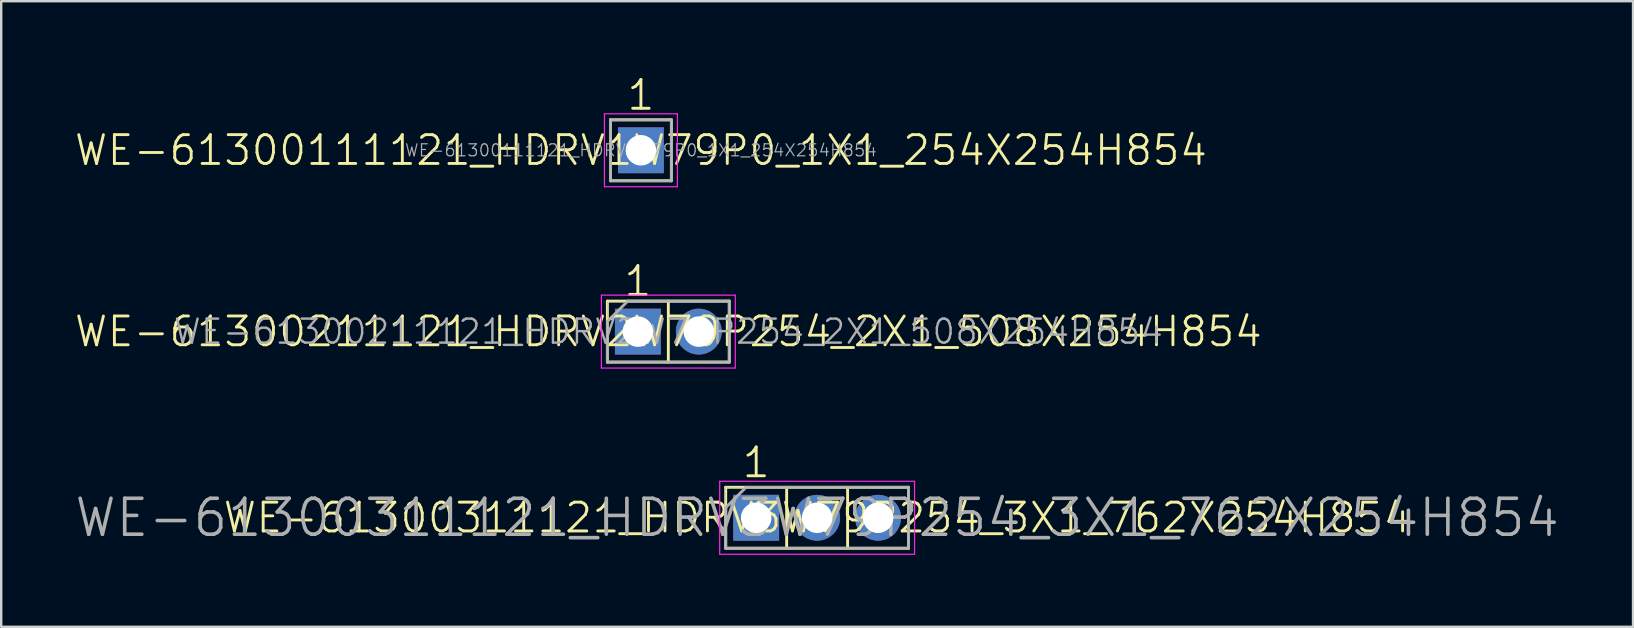
<source format=kicad_pcb>
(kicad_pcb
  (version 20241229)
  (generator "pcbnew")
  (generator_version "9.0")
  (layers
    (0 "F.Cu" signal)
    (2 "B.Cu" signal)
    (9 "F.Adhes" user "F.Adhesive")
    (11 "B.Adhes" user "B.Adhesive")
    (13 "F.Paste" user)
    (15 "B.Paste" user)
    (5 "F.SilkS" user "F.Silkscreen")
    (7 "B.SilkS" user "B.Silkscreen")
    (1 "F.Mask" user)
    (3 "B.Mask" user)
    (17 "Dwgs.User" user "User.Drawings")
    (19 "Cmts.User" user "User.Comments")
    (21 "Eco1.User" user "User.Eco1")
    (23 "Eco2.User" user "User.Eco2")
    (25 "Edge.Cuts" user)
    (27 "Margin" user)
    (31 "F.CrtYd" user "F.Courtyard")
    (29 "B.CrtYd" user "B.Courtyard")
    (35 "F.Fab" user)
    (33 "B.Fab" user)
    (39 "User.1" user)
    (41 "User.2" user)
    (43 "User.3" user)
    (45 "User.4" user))
  (footprint "WE-61300311121_HDRV3W79P254_3X1_762X254H854"
    (layer "F.Cu")
    (at 28.464 18.528)
    (property "Reference" "WE-61300311121_HDRV3W79P254_3X1_762X254H854" (at 2.54 0 0) (layer "F.SilkS") (effects (font (size 1.2 1.2) (thickness 0.12))))
    (attr through_hole)
    (fp_line (start -1.27 -1.27) (end 6.35 -1.27) (stroke (width 0.12) (type solid)) (layer "F.SilkS"))
    (fp_line (start -1.27 1.27) (end -1.27 -1.27) (stroke (width 0.12) (type solid)) (layer "F.SilkS"))
    (fp_line (start 1.27 1.27) (end 1.27 -1.27) (stroke (width 0.12) (type solid)) (layer "F.SilkS"))
    (fp_line (start 3.81 1.27) (end 3.81 -1.27) (stroke (width 0.12) (type solid)) (layer "F.SilkS"))
    (fp_line (start 6.35 -1.27) (end 6.35 1.27) (stroke (width 0.12) (type solid)) (layer "F.SilkS"))
    (fp_line (start 6.35 1.27) (end -1.27 1.27) (stroke (width 0.12) (type solid)) (layer "F.SilkS"))
    (fp_line (start -1.27 -1.27) (end 6.35 -1.27) (stroke (width 0.025) (type solid)) (layer "Dwgs.User"))
    (fp_line (start -1.27 1.27) (end -1.27 -1.27) (stroke (width 0.025) (type solid)) (layer "Dwgs.User"))
    (fp_line (start -0.395 -0.395) (end 0.395 -0.395) (stroke (width 0.025) (type solid)) (layer "Dwgs.User"))
    (fp_line (start -0.395 0.395) (end -0.395 -0.395) (stroke (width 0.025) (type solid)) (layer "Dwgs.User"))
    (fp_line (start 0.395 -0.395) (end 0.395 0.395) (stroke (width 0.025) (type solid)) (layer "Dwgs.User"))
    (fp_line (start 0.395 0.395) (end -0.395 0.395) (stroke (width 0.025) (type solid)) (layer "Dwgs.User"))
    (fp_line (start 2.145 -0.395) (end 2.935 -0.395) (stroke (width 0.025) (type solid)) (layer "Dwgs.User"))
    (fp_line (start 2.145 0.395) (end 2.145 -0.395) (stroke (width 0.025) (type solid)) (layer "Dwgs.User"))
    (fp_line (start 2.935 -0.395) (end 2.935 0.395) (stroke (width 0.025) (type solid)) (layer "Dwgs.User"))
    (fp_line (start 2.935 0.395) (end 2.145 0.395) (stroke (width 0.025) (type solid)) (layer "Dwgs.User"))
    (fp_line (start 4.685 -0.395) (end 5.475 -0.395) (stroke (width 0.025) (type solid)) (layer "Dwgs.User"))
    (fp_line (start 4.685 0.395) (end 4.685 -0.395) (stroke (width 0.025) (type solid)) (layer "Dwgs.User"))
    (fp_line (start 5.475 -0.395) (end 5.475 0.395) (stroke (width 0.025) (type solid)) (layer "Dwgs.User"))
    (fp_line (start 5.475 0.395) (end 4.685 0.395) (stroke (width 0.025) (type solid)) (layer "Dwgs.User"))
    (fp_line (start 6.35 -1.27) (end 6.35 1.27) (stroke (width 0.025) (type solid)) (layer "Dwgs.User"))
    (fp_line (start 6.35 1.27) (end -1.27 1.27) (stroke (width 0.025) (type solid)) (layer "Dwgs.User"))
    (fp_line (start -1.52 -1.52) (end 6.6 -1.52) (stroke (width 0.05) (type solid)) (layer "F.CrtYd"))
    (fp_line (start -1.52 1.52) (end -1.52 -1.52) (stroke (width 0.05) (type solid)) (layer "F.CrtYd"))
    (fp_line (start 0 -0.35) (end 0 0.35) (stroke (width 0.05) (type solid)) (layer "F.CrtYd"))
    (fp_line (start 0.35 0) (end -0.35 0) (stroke (width 0.05) (type solid)) (layer "F.CrtYd"))
    (fp_line (start 6.6 -1.52) (end 6.6 1.52) (stroke (width 0.05) (type solid)) (layer "F.CrtYd"))
    (fp_line (start 6.6 1.52) (end -1.52 1.52) (stroke (width 0.05) (type solid)) (layer "F.CrtYd"))
    (fp_circle (center 0 0) (end 0 0.25) (stroke (width 0.05) (type solid)) (fill no) (layer "F.CrtYd"))
    (fp_line (start -1.27 -0.423) (end -0.423 -1.27) (stroke (width 0.12) (type solid)) (layer "F.Fab"))
    (fp_line (start -1.27 1.27) (end -1.27 -0.423) (stroke (width 0.12) (type solid)) (layer "F.Fab"))
    (fp_line (start -0.423 -1.27) (end 6.35 -1.27) (stroke (width 0.12) (type solid)) (layer "F.Fab"))
    (fp_line (start 6.35 -1.27) (end 6.35 1.27) (stroke (width 0.12) (type solid)) (layer "F.Fab"))
    (fp_line (start 6.35 1.27) (end -1.27 1.27) (stroke (width 0.12) (type solid)) (layer "F.Fab"))
    (fp_text user "1" (at 0 -2.3 0) (layer "F.SilkS") (effects (font (size 1.2 1.2) (thickness 0.12))))
    (fp_text user "${REFERENCE}" (at 2.54 0 0) (layer "F.Fab") (effects (font (size 1.5 1.5) (thickness 0.15))))
    (pad "1" thru_hole rect (at 0 0) (size 1.91 1.91) (drill 1.27) (layers "*.Cu" "*.Mask"))
    (pad "2" thru_hole circle (at 2.54 0) (size 1.91 1.91) (drill 1.27) (layers "*.Cu" "*.Mask"))
    (pad "3" thru_hole circle (at 5.08 0) (size 1.91 1.91) (drill 1.27) (layers "*.Cu" "*.Mask")))
  (footprint "WE-61300111121_HDRV1W79P0_1X1_254X254H854"
    (layer "F.Cu")
    (at 23.66 3.213)
    (property "Reference" "WE-61300111121_HDRV1W79P0_1X1_254X254H854" (at 0 0 0) (layer "F.SilkS") (effects (font (size 1.2 1.2) (thickness 0.12))))
    (attr through_hole)
    (fp_line (start -1.27 -1.27) (end 1.27 -1.27) (stroke (width 0.12) (type solid)) (layer "F.SilkS"))
    (fp_line (start -1.27 1.27) (end -1.27 -1.27) (stroke (width 0.12) (type solid)) (layer "F.SilkS"))
    (fp_line (start 1.27 -1.27) (end 1.27 1.27) (stroke (width 0.12) (type solid)) (layer "F.SilkS"))
    (fp_line (start 1.27 1.27) (end -1.27 1.27) (stroke (width 0.12) (type solid)) (layer "F.SilkS"))
    (fp_line (start -1.27 -1.27) (end 1.27 -1.27) (stroke (width 0.025) (type solid)) (layer "Dwgs.User"))
    (fp_line (start -1.27 1.27) (end -1.27 -1.27) (stroke (width 0.025) (type solid)) (layer "Dwgs.User"))
    (fp_line (start -0.395 -0.395) (end 0.395 -0.395) (stroke (width 0.025) (type solid)) (layer "Dwgs.User"))
    (fp_line (start -0.395 0.395) (end -0.395 -0.395) (stroke (width 0.025) (type solid)) (layer "Dwgs.User"))
    (fp_line (start 0.395 -0.395) (end 0.395 0.395) (stroke (width 0.025) (type solid)) (layer "Dwgs.User"))
    (fp_line (start 0.395 0.395) (end -0.395 0.395) (stroke (width 0.025) (type solid)) (layer "Dwgs.User"))
    (fp_line (start 1.27 -1.27) (end 1.27 1.27) (stroke (width 0.025) (type solid)) (layer "Dwgs.User"))
    (fp_line (start 1.27 1.27) (end -1.27 1.27) (stroke (width 0.025) (type solid)) (layer "Dwgs.User"))
    (fp_line (start -1.52 -1.52) (end 1.52 -1.52) (stroke (width 0.05) (type solid)) (layer "F.CrtYd"))
    (fp_line (start -1.52 1.52) (end -1.52 -1.52) (stroke (width 0.05) (type solid)) (layer "F.CrtYd"))
    (fp_line (start 0 -0.35) (end 0 0.35) (stroke (width 0.05) (type solid)) (layer "F.CrtYd"))
    (fp_line (start 0.35 0) (end -0.35 0) (stroke (width 0.05) (type solid)) (layer "F.CrtYd"))
    (fp_line (start 1.52 -1.52) (end 1.52 1.52) (stroke (width 0.05) (type solid)) (layer "F.CrtYd"))
    (fp_line (start 1.52 1.52) (end -1.52 1.52) (stroke (width 0.05) (type solid)) (layer "F.CrtYd"))
    (fp_circle (center 0 0) (end 0 0.25) (stroke (width 0.05) (type solid)) (fill no) (layer "F.CrtYd"))
    (fp_line (start -1.27 -1.27) (end 1.27 -1.27) (stroke (width 0.12) (type solid)) (layer "F.Fab"))
    (fp_line (start -1.27 1.27) (end -1.27 -1.27) (stroke (width 0.12) (type solid)) (layer "F.Fab"))
    (fp_line (start 1.27 -1.27) (end 1.27 1.27) (stroke (width 0.12) (type solid)) (layer "F.Fab"))
    (fp_line (start 1.27 1.27) (end -1.27 1.27) (stroke (width 0.12) (type solid)) (layer "F.Fab"))
    (fp_text user "1" (at 0 -2.3 0) (layer "F.SilkS") (effects (font (size 1.2 1.2) (thickness 0.12))))
    (fp_text user "${REFERENCE}" (at 0 0 0) (layer "F.Fab") (effects (font (size 0.5 0.5) (thickness 0.05))))
    (pad "1" thru_hole rect (at 0 0) (size 1.91 1.91) (drill 1.27) (layers "*.Cu" "*.Mask")))
  (footprint "WE-61300211121_HDRV2W79P254_2X1_508X254H854"
    (layer "F.Cu")
    (at 23.533 10.77)
    (property "Reference" "WE-61300211121_HDRV2W79P254_2X1_508X254H854" (at 1.27 0 0) (layer "F.SilkS") (effects (font (size 1.2 1.2) (thickness 0.12))))
    (attr through_hole)
    (fp_line (start -1.27 -1.27) (end 3.81 -1.27) (stroke (width 0.12) (type solid)) (layer "F.SilkS"))
    (fp_line (start -1.27 1.27) (end -1.27 -1.27) (stroke (width 0.12) (type solid)) (layer "F.SilkS"))
    (fp_line (start 1.27 -1.27) (end 1.27 1.27) (stroke (width 0.12) (type solid)) (layer "F.SilkS"))
    (fp_line (start 3.81 -1.27) (end 3.81 1.27) (stroke (width 0.12) (type solid)) (layer "F.SilkS"))
    (fp_line (start 3.81 1.27) (end -1.27 1.27) (stroke (width 0.12) (type solid)) (layer "F.SilkS"))
    (fp_line (start -1.27 -1.27) (end 3.81 -1.27) (stroke (width 0.025) (type solid)) (layer "Dwgs.User"))
    (fp_line (start -1.27 1.27) (end -1.27 -1.27) (stroke (width 0.025) (type solid)) (layer "Dwgs.User"))
    (fp_line (start -0.395 -0.395) (end 0.395 -0.395) (stroke (width 0.025) (type solid)) (layer "Dwgs.User"))
    (fp_line (start -0.395 0.395) (end -0.395 -0.395) (stroke (width 0.025) (type solid)) (layer "Dwgs.User"))
    (fp_line (start 0.395 -0.395) (end 0.395 0.395) (stroke (width 0.025) (type solid)) (layer "Dwgs.User"))
    (fp_line (start 0.395 0.395) (end -0.395 0.395) (stroke (width 0.025) (type solid)) (layer "Dwgs.User"))
    (fp_line (start 2.145 -0.395) (end 2.935 -0.395) (stroke (width 0.025) (type solid)) (layer "Dwgs.User"))
    (fp_line (start 2.145 0.395) (end 2.145 -0.395) (stroke (width 0.025) (type solid)) (layer "Dwgs.User"))
    (fp_line (start 2.935 -0.395) (end 2.935 0.395) (stroke (width 0.025) (type solid)) (layer "Dwgs.User"))
    (fp_line (start 2.935 0.395) (end 2.145 0.395) (stroke (width 0.025) (type solid)) (layer "Dwgs.User"))
    (fp_line (start 3.81 -1.27) (end 3.81 1.27) (stroke (width 0.025) (type solid)) (layer "Dwgs.User"))
    (fp_line (start 3.81 1.27) (end -1.27 1.27) (stroke (width 0.025) (type solid)) (layer "Dwgs.User"))
    (fp_line (start -1.52 -1.52) (end 4.06 -1.52) (stroke (width 0.05) (type solid)) (layer "F.CrtYd"))
    (fp_line (start -1.52 1.52) (end -1.52 -1.52) (stroke (width 0.05) (type solid)) (layer "F.CrtYd"))
    (fp_line (start 0 -0.35) (end 0 0.35) (stroke (width 0.05) (type solid)) (layer "F.CrtYd"))
    (fp_line (start 0.35 0) (end -0.35 0) (stroke (width 0.05) (type solid)) (layer "F.CrtYd"))
    (fp_line (start 4.06 -1.52) (end 4.06 1.52) (stroke (width 0.05) (type solid)) (layer "F.CrtYd"))
    (fp_line (start 4.06 1.52) (end -1.52 1.52) (stroke (width 0.05) (type solid)) (layer "F.CrtYd"))
    (fp_circle (center 0 0) (end 0 0.25) (stroke (width 0.05) (type solid)) (fill no) (layer "F.CrtYd"))
    (fp_line (start -1.27 -0.423) (end -0.423 -1.27) (stroke (width 0.12) (type solid)) (layer "F.Fab"))
    (fp_line (start -1.27 1.27) (end -1.27 -0.423) (stroke (width 0.12) (type solid)) (layer "F.Fab"))
    (fp_line (start -0.423 -1.27) (end 3.81 -1.27) (stroke (width 0.12) (type solid)) (layer "F.Fab"))
    (fp_line (start 3.81 -1.27) (end 3.81 1.27) (stroke (width 0.12) (type solid)) (layer "F.Fab"))
    (fp_line (start 3.81 1.27) (end -1.27 1.27) (stroke (width 0.12) (type solid)) (layer "F.Fab"))
    (fp_text user "1" (at 0 -2.1 0) (layer "F.SilkS") (effects (font (size 1.2 1.2) (thickness 0.12))))
    (fp_text user "${REFERENCE}" (at 1.27 0 0) (layer "F.Fab") (effects (font (size 1 1) (thickness 0.1))))
    (pad "1" thru_hole rect (at 0 0) (size 1.91 1.91) (drill 1.27) (layers "*.Cu" "*.Mask"))
    (pad "2" thru_hole circle (at 2.54 0) (size 1.91 1.91) (drill 1.27) (layers "*.Cu" "*.Mask")))
  (gr_rect
    (start -3 -3)
    (end 65.007 23.073)
    (stroke (width 0.1) (type default))
    (fill no)
    (layer "Edge.Cuts")))
</source>
